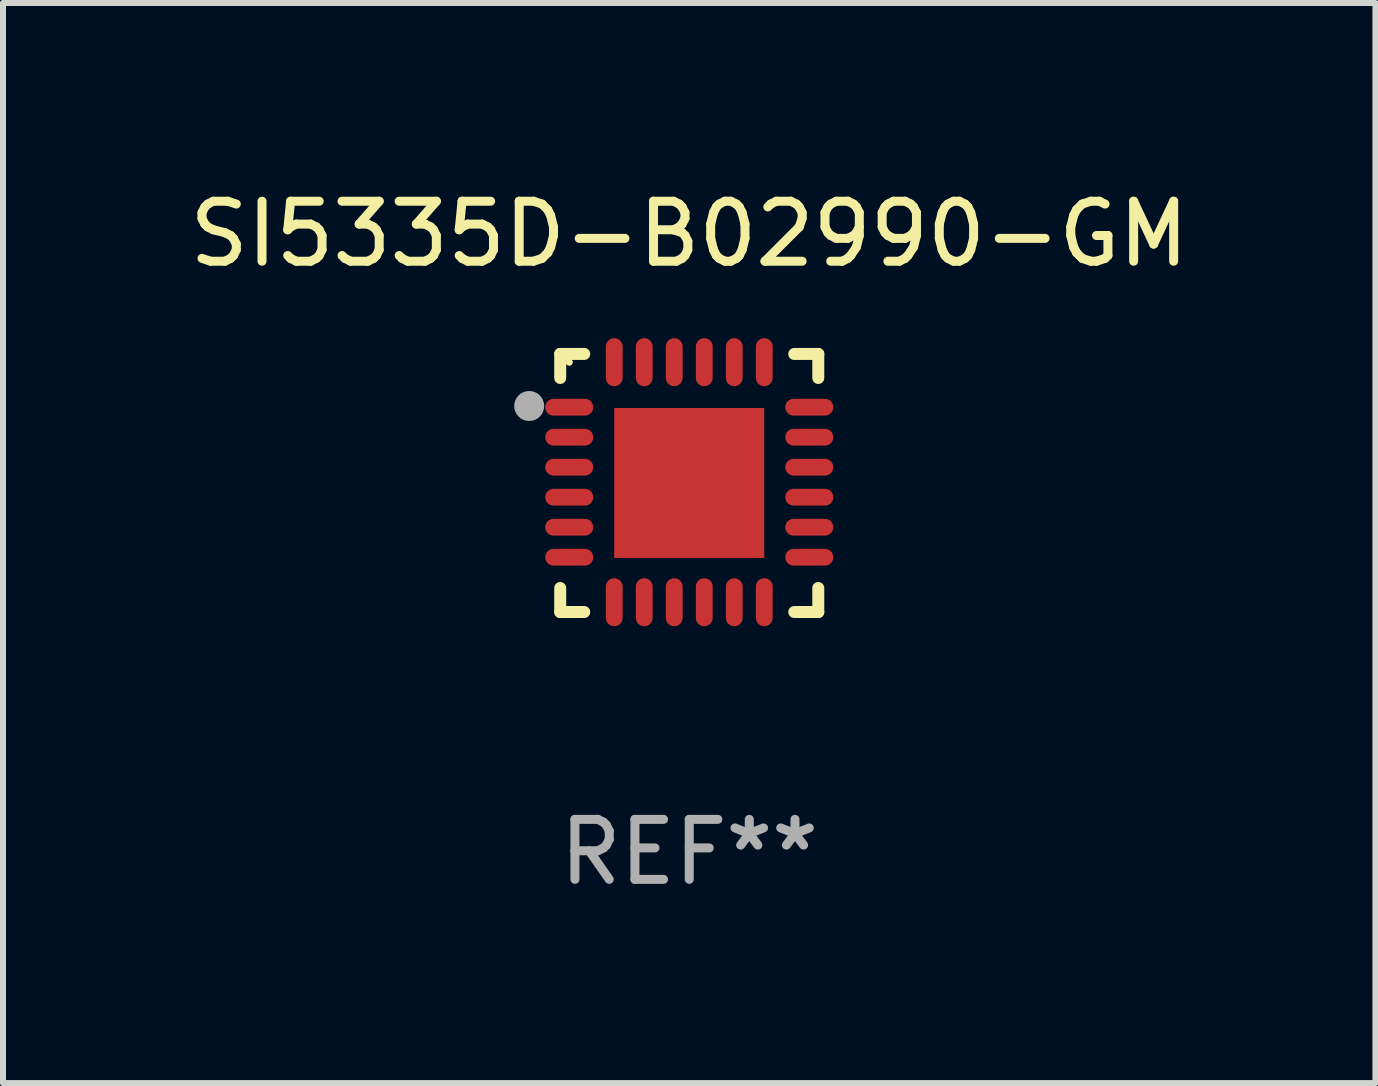
<source format=kicad_pcb>
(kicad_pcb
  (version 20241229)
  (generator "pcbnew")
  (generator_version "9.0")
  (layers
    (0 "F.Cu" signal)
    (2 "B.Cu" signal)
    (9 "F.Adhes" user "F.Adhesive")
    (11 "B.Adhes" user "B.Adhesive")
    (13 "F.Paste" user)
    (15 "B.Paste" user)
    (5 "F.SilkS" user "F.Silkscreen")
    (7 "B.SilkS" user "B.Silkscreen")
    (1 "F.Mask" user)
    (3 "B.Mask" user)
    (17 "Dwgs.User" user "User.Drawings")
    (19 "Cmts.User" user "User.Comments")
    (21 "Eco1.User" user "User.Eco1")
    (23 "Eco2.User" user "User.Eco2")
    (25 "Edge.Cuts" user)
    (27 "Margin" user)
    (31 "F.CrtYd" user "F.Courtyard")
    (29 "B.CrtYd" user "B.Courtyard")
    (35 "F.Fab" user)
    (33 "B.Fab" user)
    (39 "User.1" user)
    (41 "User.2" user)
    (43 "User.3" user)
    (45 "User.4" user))
  (footprint "SI5335D-B02990-GM"
    (layer "F.Cu")
    (at 8.435 4.998)
    (property "Reference" "SI5335D-B02990-GM" (at 0 -4.15 0) (layer "F.SilkS") (effects (font (size 1 1) (thickness 0.15))))
    (attr through_hole)
    (fp_line (start -2.15 -2.15) (end -1.75 -2.15) (stroke (width 0.2) (type solid)) (layer "F.SilkS"))
    (fp_line (start -2.15 -1.75) (end -2.15 -2.15) (stroke (width 0.2) (type solid)) (layer "F.SilkS"))
    (fp_line (start -2.15 2.15) (end -2.15 1.75) (stroke (width 0.2) (type solid)) (layer "F.SilkS"))
    (fp_line (start -1.75 2.15) (end -2.15 2.15) (stroke (width 0.2) (type solid)) (layer "F.SilkS"))
    (fp_line (start 1.75 -2.15) (end 2.15 -2.15) (stroke (width 0.2) (type solid)) (layer "F.SilkS"))
    (fp_line (start 1.75 2.15) (end 2.15 2.15) (stroke (width 0.2) (type solid)) (layer "F.SilkS"))
    (fp_line (start 2.15 -2.15) (end 2.15 -1.75) (stroke (width 0.2) (type solid)) (layer "F.SilkS"))
    (fp_line (start 2.15 2.15) (end 2.15 1.75) (stroke (width 0.2) (type solid)) (layer "F.SilkS"))
    (fp_circle (center -2 -2.013) (end -1.97 -2.013) (stroke (width 0.06) (type solid)) (fill no) (layer "F.SilkS"))
    (fp_circle (center -2.667 -1.283) (end -2.542 -1.283) (stroke (width 0.25) (type solid)) (fill no) (layer "F.Fab"))
    (fp_text user "REF**" (at 0 6.15 0) (layer "F.Fab") (effects (font (size 1 1) (thickness 0.15))))
    (pad "1" smd oval (at -2 -1.263) (size 0.8 0.28) (layers "F.Cu" "F.Mask" "F.Paste"))
    (pad "2" smd oval (at -2 -0.763) (size 0.8 0.28) (layers "F.Cu" "F.Mask" "F.Paste"))
    (pad "3" smd oval (at -2 -0.263) (size 0.8 0.28) (layers "F.Cu" "F.Mask" "F.Paste"))
    (pad "4" smd oval (at -2 0.237) (size 0.8 0.28) (layers "F.Cu" "F.Mask" "F.Paste"))
    (pad "5" smd oval (at -2 0.737) (size 0.8 0.28) (layers "F.Cu" "F.Mask" "F.Paste"))
    (pad "6" smd oval (at -2 1.237) (size 0.8 0.28) (layers "F.Cu" "F.Mask" "F.Paste"))
    (pad "7" smd oval (at -1.25 1.987) (size 0.28 0.8) (layers "F.Cu" "F.Mask" "F.Paste"))
    (pad "8" smd oval (at -0.75 1.987) (size 0.28 0.8) (layers "F.Cu" "F.Mask" "F.Paste"))
    (pad "9" smd oval (at -0.25 1.987) (size 0.28 0.8) (layers "F.Cu" "F.Mask" "F.Paste"))
    (pad "10" smd oval (at 0.25 1.987) (size 0.28 0.8) (layers "F.Cu" "F.Mask" "F.Paste"))
    (pad "11" smd oval (at 0.75 1.987) (size 0.28 0.8) (layers "F.Cu" "F.Mask" "F.Paste"))
    (pad "12" smd oval (at 1.25 1.987) (size 0.28 0.8) (layers "F.Cu" "F.Mask" "F.Paste"))
    (pad "13" smd oval (at 2 1.237) (size 0.8 0.28) (layers "F.Cu" "F.Mask" "F.Paste"))
    (pad "14" smd oval (at 2 0.737) (size 0.8 0.28) (layers "F.Cu" "F.Mask" "F.Paste"))
    (pad "15" smd oval (at 2 0.237) (size 0.8 0.28) (layers "F.Cu" "F.Mask" "F.Paste"))
    (pad "16" smd oval (at 2 -0.263) (size 0.8 0.28) (layers "F.Cu" "F.Mask" "F.Paste"))
    (pad "17" smd oval (at 2 -0.763) (size 0.8 0.28) (layers "F.Cu" "F.Mask" "F.Paste"))
    (pad "18" smd oval (at 2 -1.263) (size 0.8 0.28) (layers "F.Cu" "F.Mask" "F.Paste"))
    (pad "19" smd oval (at 1.25 -2.013) (size 0.28 0.8) (layers "F.Cu" "F.Mask" "F.Paste"))
    (pad "20" smd oval (at 0.75 -2.013) (size 0.28 0.8) (layers "F.Cu" "F.Mask" "F.Paste"))
    (pad "21" smd oval (at 0.25 -2.013) (size 0.28 0.8) (layers "F.Cu" "F.Mask" "F.Paste"))
    (pad "22" smd oval (at -0.25 -2.013) (size 0.28 0.8) (layers "F.Cu" "F.Mask" "F.Paste"))
    (pad "23" smd oval (at -0.75 -2.013) (size 0.28 0.8) (layers "F.Cu" "F.Mask" "F.Paste"))
    (pad "24" smd oval (at -1.25 -2.013) (size 0.28 0.8) (layers "F.Cu" "F.Mask" "F.Paste"))
    (pad "25" smd rect (at -0.000127 -0.00014) (size 2.5 2.5) (layers "F.Cu" "F.Mask" "F.Paste")))
  (gr_rect
    (start -3 -3)
    (end 19.869 14.997)
    (stroke (width 0.1) (type default))
    (fill no)
    (layer "Edge.Cuts")))
</source>
